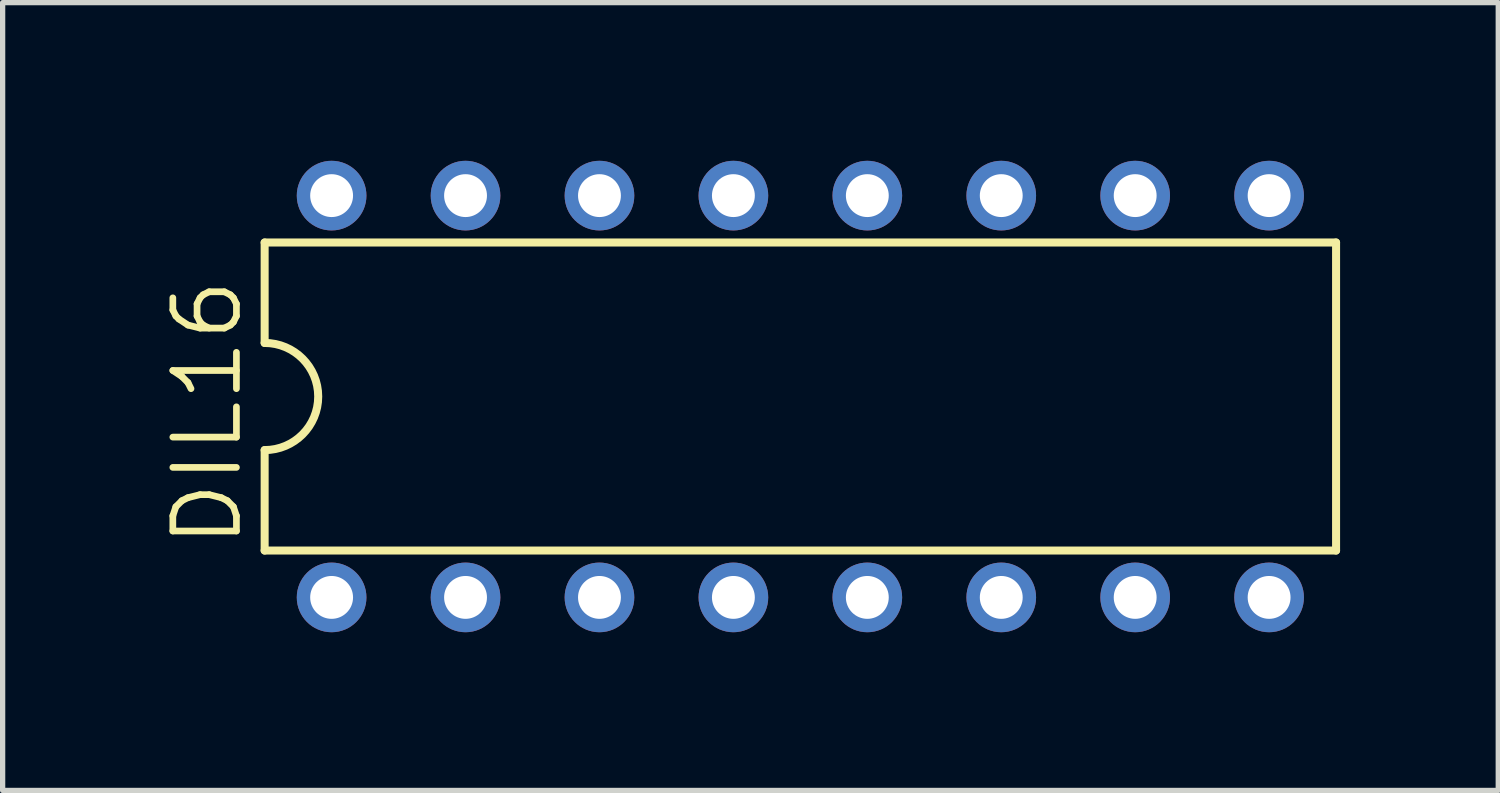
<source format=kicad_pcb>
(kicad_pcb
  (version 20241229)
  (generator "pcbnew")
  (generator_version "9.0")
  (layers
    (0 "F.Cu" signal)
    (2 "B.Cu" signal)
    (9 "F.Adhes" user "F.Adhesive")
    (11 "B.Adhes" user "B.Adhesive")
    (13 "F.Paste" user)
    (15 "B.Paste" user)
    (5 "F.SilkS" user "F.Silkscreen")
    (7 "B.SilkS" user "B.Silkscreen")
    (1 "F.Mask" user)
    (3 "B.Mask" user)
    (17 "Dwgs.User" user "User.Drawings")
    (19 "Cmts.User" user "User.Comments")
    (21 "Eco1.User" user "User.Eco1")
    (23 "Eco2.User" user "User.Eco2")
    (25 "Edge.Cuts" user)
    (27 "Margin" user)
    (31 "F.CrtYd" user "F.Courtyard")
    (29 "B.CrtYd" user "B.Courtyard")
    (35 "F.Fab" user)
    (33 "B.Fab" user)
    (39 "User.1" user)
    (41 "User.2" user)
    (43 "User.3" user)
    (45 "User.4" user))
  (footprint "DIL16"
    (layer "F.Cu")
    (at 12.129 4.47)
    (property "Reference" "DIL16" (at -10.541 2.921 90) (layer "F.SilkS") (effects (font (size 1.206 1.206) (thickness 0.127)) (justify left bottom)))
    (attr through_hole)
    (fp_line (start -10.16 -2.921) (end -10.16 -1.016) (stroke (width 0.152) (type solid)) (layer "F.SilkS"))
    (fp_line (start -10.16 2.921) (end -10.16 1.016) (stroke (width 0.152) (type solid)) (layer "F.SilkS"))
    (fp_line (start -10.16 2.921) (end 10.16 2.921) (stroke (width 0.152) (type solid)) (layer "F.SilkS"))
    (fp_line (start 10.16 -2.921) (end -10.16 -2.921) (stroke (width 0.152) (type solid)) (layer "F.SilkS"))
    (fp_line (start 10.16 -2.921) (end 10.16 2.921) (stroke (width 0.152) (type solid)) (layer "F.SilkS"))
    (fp_arc (start -10.16 -1.016) (mid -9.144 0) (end -10.16 1.016) (stroke (width 0.1524) (type solid)) (layer "F.SilkS"))
    (pad "1" thru_hole circle (at -8.89 3.81 90) (size 1.321 1.321) (drill 0.813) (layers "*.Cu" "*.Mask"))
    (pad "2" thru_hole circle (at -6.35 3.81 90) (size 1.321 1.321) (drill 0.813) (layers "*.Cu" "*.Mask"))
    (pad "3" thru_hole circle (at -3.81 3.81 90) (size 1.321 1.321) (drill 0.813) (layers "*.Cu" "*.Mask"))
    (pad "4" thru_hole circle (at -1.27 3.81 90) (size 1.321 1.321) (drill 0.813) (layers "*.Cu" "*.Mask"))
    (pad "5" thru_hole circle (at 1.27 3.81 90) (size 1.321 1.321) (drill 0.813) (layers "*.Cu" "*.Mask"))
    (pad "6" thru_hole circle (at 3.81 3.81 90) (size 1.321 1.321) (drill 0.813) (layers "*.Cu" "*.Mask"))
    (pad "7" thru_hole circle (at 6.35 3.81 90) (size 1.321 1.321) (drill 0.813) (layers "*.Cu" "*.Mask"))
    (pad "8" thru_hole circle (at 8.89 3.81 90) (size 1.321 1.321) (drill 0.813) (layers "*.Cu" "*.Mask"))
    (pad "9" thru_hole circle (at 8.89 -3.81 90) (size 1.321 1.321) (drill 0.813) (layers "*.Cu" "*.Mask"))
    (pad "10" thru_hole circle (at 6.35 -3.81 90) (size 1.321 1.321) (drill 0.813) (layers "*.Cu" "*.Mask"))
    (pad "11" thru_hole circle (at 3.81 -3.81 90) (size 1.321 1.321) (drill 0.813) (layers "*.Cu" "*.Mask"))
    (pad "12" thru_hole circle (at 1.27 -3.81 90) (size 1.321 1.321) (drill 0.813) (layers "*.Cu" "*.Mask"))
    (pad "13" thru_hole circle (at -1.27 -3.81 90) (size 1.321 1.321) (drill 0.813) (layers "*.Cu" "*.Mask"))
    (pad "14" thru_hole circle (at -3.81 -3.81 90) (size 1.321 1.321) (drill 0.813) (layers "*.Cu" "*.Mask"))
    (pad "15" thru_hole circle (at -6.35 -3.81 90) (size 1.321 1.321) (drill 0.813) (layers "*.Cu" "*.Mask"))
    (pad "16" thru_hole circle (at -8.89 -3.81 90) (size 1.321 1.321) (drill 0.813) (layers "*.Cu" "*.Mask")))
  (gr_rect
    (start -3 -3)
    (end 25.365 11.941)
    (stroke (width 0.1) (type default))
    (fill no)
    (layer "Edge.Cuts")))
</source>
